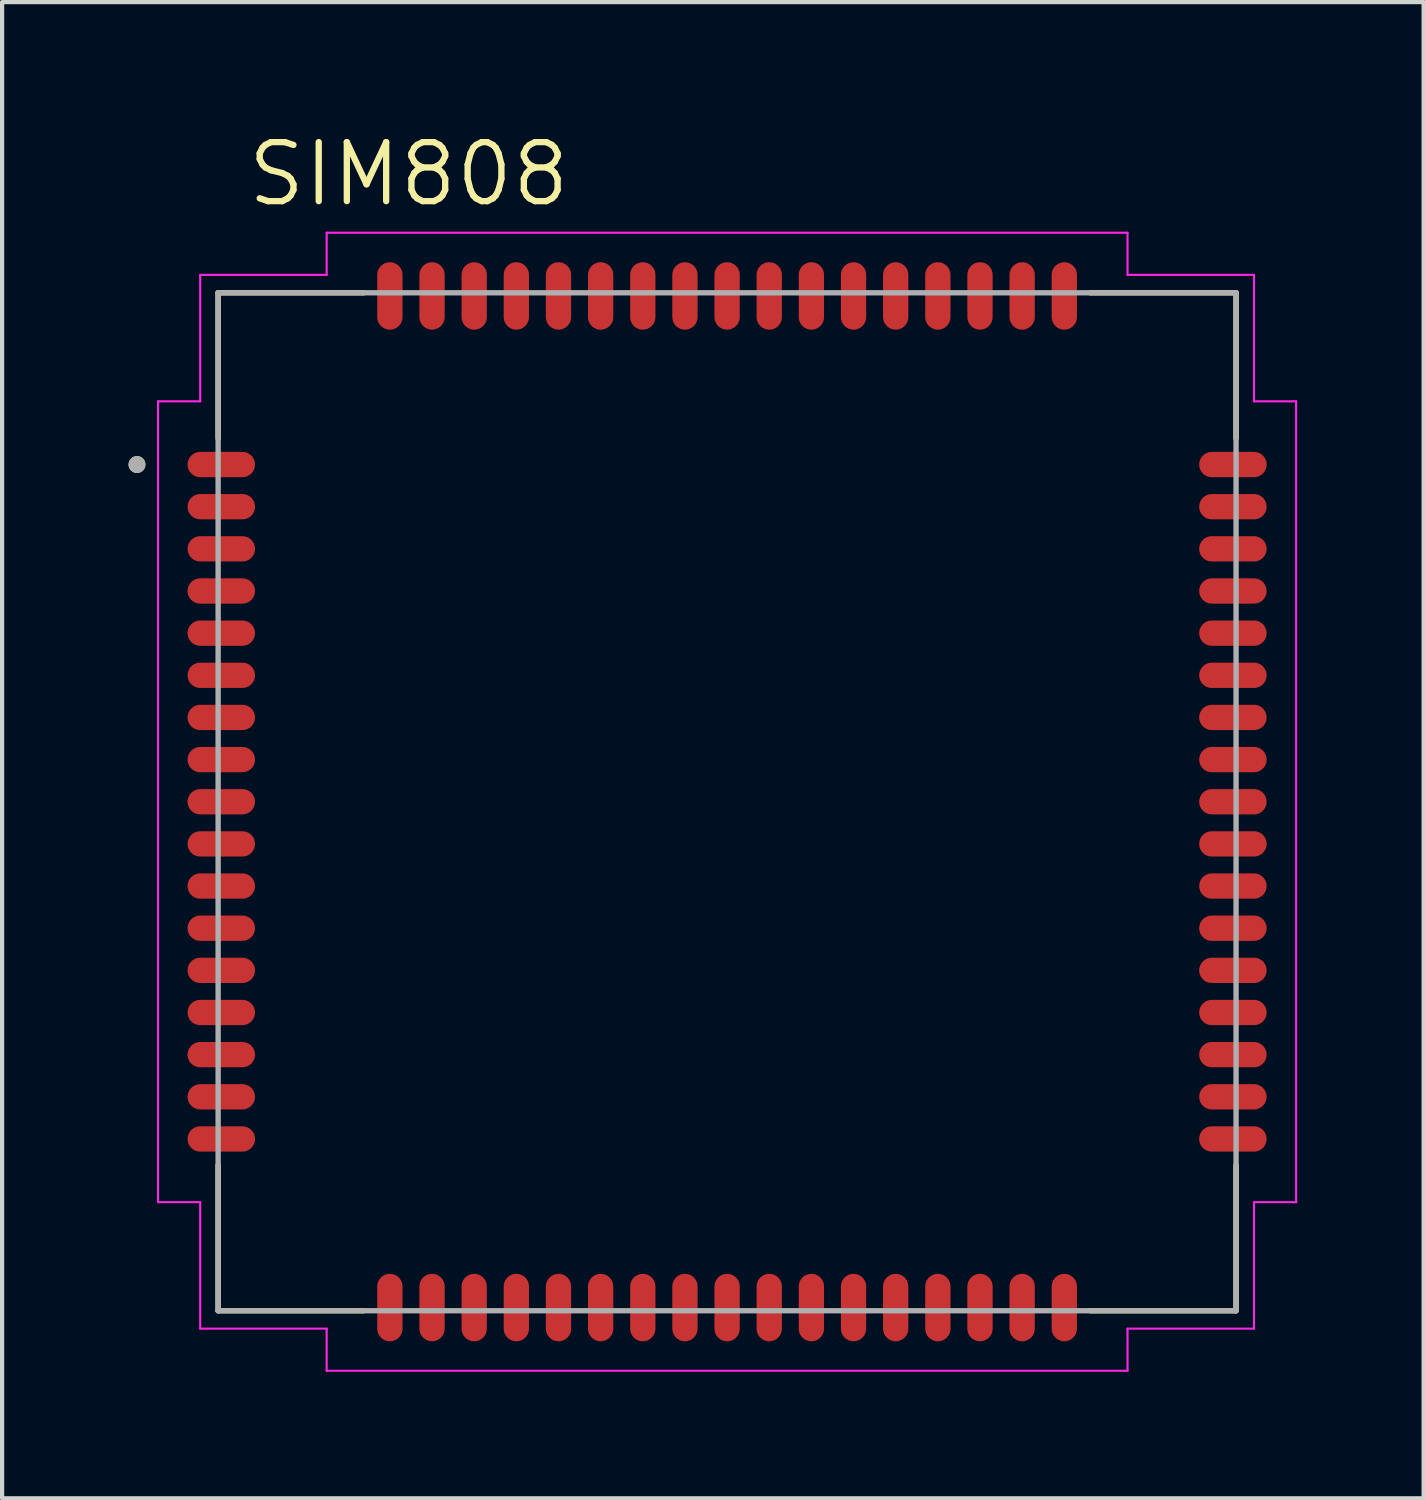
<source format=kicad_pcb>
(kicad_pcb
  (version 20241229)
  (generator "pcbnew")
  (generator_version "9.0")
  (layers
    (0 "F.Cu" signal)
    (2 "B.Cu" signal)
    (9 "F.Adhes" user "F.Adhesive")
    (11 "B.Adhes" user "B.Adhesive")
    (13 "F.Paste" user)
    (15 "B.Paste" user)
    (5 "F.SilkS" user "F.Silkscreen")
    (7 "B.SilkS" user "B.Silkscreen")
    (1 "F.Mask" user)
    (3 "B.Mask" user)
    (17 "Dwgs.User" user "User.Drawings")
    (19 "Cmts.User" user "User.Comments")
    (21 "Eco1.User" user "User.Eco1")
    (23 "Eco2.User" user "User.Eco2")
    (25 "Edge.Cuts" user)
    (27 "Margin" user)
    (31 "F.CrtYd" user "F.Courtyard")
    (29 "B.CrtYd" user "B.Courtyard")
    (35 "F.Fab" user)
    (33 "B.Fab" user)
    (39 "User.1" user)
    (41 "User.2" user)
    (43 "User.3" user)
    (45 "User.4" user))
  (footprint "SIM808"
    (layer "F.Cu")
    (at 14.2 15.971)
    (property "Reference" "SIM808" (at -7.555 -14.889 0) (layer "F.SilkS") (effects (font (size 1.4 1.4) (thickness 0.15))))
    (attr smd)
    (fp_line (start -12.075 -12.075) (end -8.62 -12.075) (stroke (width 0.127) (type solid)) (layer "F.SilkS"))
    (fp_line (start -12.075 -8.62) (end -12.075 -12.075) (stroke (width 0.127) (type solid)) (layer "F.SilkS"))
    (fp_line (start -12.075 12.075) (end -12.075 8.62) (stroke (width 0.127) (type solid)) (layer "F.SilkS"))
    (fp_line (start -8.62 12.075) (end -12.075 12.075) (stroke (width 0.127) (type solid)) (layer "F.SilkS"))
    (fp_line (start 8.62 -12.075) (end 12.075 -12.075) (stroke (width 0.127) (type solid)) (layer "F.SilkS"))
    (fp_line (start 12.075 -12.075) (end 12.075 -8.62) (stroke (width 0.127) (type solid)) (layer "F.SilkS"))
    (fp_line (start 12.075 8.62) (end 12.075 12.075) (stroke (width 0.127) (type solid)) (layer "F.SilkS"))
    (fp_line (start 12.075 12.075) (end 8.62 12.075) (stroke (width 0.127) (type solid)) (layer "F.SilkS"))
    (fp_circle (center -14 -8) (end -13.9 -8) (stroke (width 0.2) (type solid)) (fill no) (layer "F.SilkS"))
    (fp_line (start -13.5 -9.5) (end -12.5 -9.5) (stroke (width 0.05) (type solid)) (layer "F.CrtYd"))
    (fp_line (start -13.5 9.5) (end -13.5 -9.5) (stroke (width 0.05) (type solid)) (layer "F.CrtYd"))
    (fp_line (start -12.5 -12.5) (end -9.5 -12.5) (stroke (width 0.05) (type solid)) (layer "F.CrtYd"))
    (fp_line (start -12.5 -9.5) (end -12.5 -12.5) (stroke (width 0.05) (type solid)) (layer "F.CrtYd"))
    (fp_line (start -12.5 9.5) (end -13.5 9.5) (stroke (width 0.05) (type solid)) (layer "F.CrtYd"))
    (fp_line (start -12.5 12.5) (end -12.5 9.5) (stroke (width 0.05) (type solid)) (layer "F.CrtYd"))
    (fp_line (start -9.5 -13.5) (end 9.5 -13.5) (stroke (width 0.05) (type solid)) (layer "F.CrtYd"))
    (fp_line (start -9.5 -12.5) (end -9.5 -13.5) (stroke (width 0.05) (type solid)) (layer "F.CrtYd"))
    (fp_line (start -9.5 12.5) (end -12.5 12.5) (stroke (width 0.05) (type solid)) (layer "F.CrtYd"))
    (fp_line (start -9.5 13.5) (end -9.5 12.5) (stroke (width 0.05) (type solid)) (layer "F.CrtYd"))
    (fp_line (start 9.5 -13.5) (end 9.5 -12.5) (stroke (width 0.05) (type solid)) (layer "F.CrtYd"))
    (fp_line (start 9.5 -12.5) (end 12.5 -12.5) (stroke (width 0.05) (type solid)) (layer "F.CrtYd"))
    (fp_line (start 9.5 12.5) (end 9.5 13.5) (stroke (width 0.05) (type solid)) (layer "F.CrtYd"))
    (fp_line (start 9.5 13.5) (end -9.5 13.5) (stroke (width 0.05) (type solid)) (layer "F.CrtYd"))
    (fp_line (start 12.5 -12.5) (end 12.5 -9.5) (stroke (width 0.05) (type solid)) (layer "F.CrtYd"))
    (fp_line (start 12.5 -9.5) (end 13.5 -9.5) (stroke (width 0.05) (type solid)) (layer "F.CrtYd"))
    (fp_line (start 12.5 9.5) (end 12.5 12.5) (stroke (width 0.05) (type solid)) (layer "F.CrtYd"))
    (fp_line (start 12.5 12.5) (end 9.5 12.5) (stroke (width 0.05) (type solid)) (layer "F.CrtYd"))
    (fp_line (start 13.5 -9.5) (end 13.5 9.5) (stroke (width 0.05) (type solid)) (layer "F.CrtYd"))
    (fp_line (start 13.5 9.5) (end 12.5 9.5) (stroke (width 0.05) (type solid)) (layer "F.CrtYd"))
    (fp_line (start -12.075 -12.075) (end 12.075 -12.075) (stroke (width 0.127) (type solid)) (layer "F.Fab"))
    (fp_line (start -12.075 12.075) (end -12.075 -12.075) (stroke (width 0.127) (type solid)) (layer "F.Fab"))
    (fp_line (start 12.075 -12.075) (end 12.075 12.075) (stroke (width 0.127) (type solid)) (layer "F.Fab"))
    (fp_line (start 12.075 12.075) (end -12.075 12.075) (stroke (width 0.127) (type solid)) (layer "F.Fab"))
    (fp_circle (center -14 -8) (end -13.9 -8) (stroke (width 0.2) (type solid)) (fill no) (layer "F.Fab"))
    (pad "1" smd oval (at -12 -8) (size 1.6 0.6) (layers "F.Cu" "F.Mask" "F.Paste"))
    (pad "2" smd oval (at -12 -7) (size 1.6 0.6) (layers "F.Cu" "F.Mask" "F.Paste"))
    (pad "3" smd oval (at -12 -6) (size 1.6 0.6) (layers "F.Cu" "F.Mask" "F.Paste"))
    (pad "4" smd oval (at -12 -5) (size 1.6 0.6) (layers "F.Cu" "F.Mask" "F.Paste"))
    (pad "5" smd oval (at -12 -4) (size 1.6 0.6) (layers "F.Cu" "F.Mask" "F.Paste"))
    (pad "6" smd oval (at -12 -3) (size 1.6 0.6) (layers "F.Cu" "F.Mask" "F.Paste"))
    (pad "7" smd oval (at -12 -2) (size 1.6 0.6) (layers "F.Cu" "F.Mask" "F.Paste"))
    (pad "8" smd oval (at -12 -1) (size 1.6 0.6) (layers "F.Cu" "F.Mask" "F.Paste"))
    (pad "9" smd oval (at -12 0) (size 1.6 0.6) (layers "F.Cu" "F.Mask" "F.Paste"))
    (pad "10" smd oval (at -12 1) (size 1.6 0.6) (layers "F.Cu" "F.Mask" "F.Paste"))
    (pad "11" smd oval (at -12 2) (size 1.6 0.6) (layers "F.Cu" "F.Mask" "F.Paste"))
    (pad "12" smd oval (at -12 3) (size 1.6 0.6) (layers "F.Cu" "F.Mask" "F.Paste"))
    (pad "13" smd oval (at -12 4) (size 1.6 0.6) (layers "F.Cu" "F.Mask" "F.Paste"))
    (pad "14" smd oval (at -12 5) (size 1.6 0.6) (layers "F.Cu" "F.Mask" "F.Paste"))
    (pad "15" smd oval (at -12 6) (size 1.6 0.6) (layers "F.Cu" "F.Mask" "F.Paste"))
    (pad "16" smd oval (at -12 7) (size 1.6 0.6) (layers "F.Cu" "F.Mask" "F.Paste"))
    (pad "17" smd oval (at -12 8) (size 1.6 0.6) (layers "F.Cu" "F.Mask" "F.Paste"))
    (pad "18" smd oval (at -8 12 90) (size 1.6 0.6) (layers "F.Cu" "F.Mask" "F.Paste"))
    (pad "19" smd oval (at -7 12 90) (size 1.6 0.6) (layers "F.Cu" "F.Mask" "F.Paste"))
    (pad "20" smd oval (at -6 12 90) (size 1.6 0.6) (layers "F.Cu" "F.Mask" "F.Paste"))
    (pad "21" smd oval (at -5 12 90) (size 1.6 0.6) (layers "F.Cu" "F.Mask" "F.Paste"))
    (pad "22" smd oval (at -4 12 90) (size 1.6 0.6) (layers "F.Cu" "F.Mask" "F.Paste"))
    (pad "23" smd oval (at -3 12 90) (size 1.6 0.6) (layers "F.Cu" "F.Mask" "F.Paste"))
    (pad "24" smd oval (at -2 12 90) (size 1.6 0.6) (layers "F.Cu" "F.Mask" "F.Paste"))
    (pad "25" smd oval (at -1 12 90) (size 1.6 0.6) (layers "F.Cu" "F.Mask" "F.Paste"))
    (pad "26" smd oval (at 0 12 90) (size 1.6 0.6) (layers "F.Cu" "F.Mask" "F.Paste"))
    (pad "27" smd oval (at 1 12 90) (size 1.6 0.6) (layers "F.Cu" "F.Mask" "F.Paste"))
    (pad "28" smd oval (at 2 12 90) (size 1.6 0.6) (layers "F.Cu" "F.Mask" "F.Paste"))
    (pad "29" smd oval (at 3 12 90) (size 1.6 0.6) (layers "F.Cu" "F.Mask" "F.Paste"))
    (pad "30" smd oval (at 4 12 90) (size 1.6 0.6) (layers "F.Cu" "F.Mask" "F.Paste"))
    (pad "31" smd oval (at 5 12 90) (size 1.6 0.6) (layers "F.Cu" "F.Mask" "F.Paste"))
    (pad "32" smd oval (at 6 12 90) (size 1.6 0.6) (layers "F.Cu" "F.Mask" "F.Paste"))
    (pad "33" smd oval (at 7 12 90) (size 1.6 0.6) (layers "F.Cu" "F.Mask" "F.Paste"))
    (pad "34" smd oval (at 8 12 90) (size 1.6 0.6) (layers "F.Cu" "F.Mask" "F.Paste"))
    (pad "35" smd oval (at 12 8 180) (size 1.6 0.6) (layers "F.Cu" "F.Mask" "F.Paste"))
    (pad "36" smd oval (at 12 7 180) (size 1.6 0.6) (layers "F.Cu" "F.Mask" "F.Paste"))
    (pad "37" smd oval (at 12 6 180) (size 1.6 0.6) (layers "F.Cu" "F.Mask" "F.Paste"))
    (pad "38" smd oval (at 12 5 180) (size 1.6 0.6) (layers "F.Cu" "F.Mask" "F.Paste"))
    (pad "39" smd oval (at 12 4 180) (size 1.6 0.6) (layers "F.Cu" "F.Mask" "F.Paste"))
    (pad "40" smd oval (at 12 3 180) (size 1.6 0.6) (layers "F.Cu" "F.Mask" "F.Paste"))
    (pad "41" smd oval (at 12 2 180) (size 1.6 0.6) (layers "F.Cu" "F.Mask" "F.Paste"))
    (pad "42" smd oval (at 12 1 180) (size 1.6 0.6) (layers "F.Cu" "F.Mask" "F.Paste"))
    (pad "43" smd oval (at 12 0 180) (size 1.6 0.6) (layers "F.Cu" "F.Mask" "F.Paste"))
    (pad "44" smd oval (at 12 -1 180) (size 1.6 0.6) (layers "F.Cu" "F.Mask" "F.Paste"))
    (pad "45" smd oval (at 12 -2 180) (size 1.6 0.6) (layers "F.Cu" "F.Mask" "F.Paste"))
    (pad "46" smd oval (at 12 -3 180) (size 1.6 0.6) (layers "F.Cu" "F.Mask" "F.Paste"))
    (pad "47" smd oval (at 12 -4 180) (size 1.6 0.6) (layers "F.Cu" "F.Mask" "F.Paste"))
    (pad "48" smd oval (at 12 -5 180) (size 1.6 0.6) (layers "F.Cu" "F.Mask" "F.Paste"))
    (pad "49" smd oval (at 12 -6 180) (size 1.6 0.6) (layers "F.Cu" "F.Mask" "F.Paste"))
    (pad "50" smd oval (at 12 -7 180) (size 1.6 0.6) (layers "F.Cu" "F.Mask" "F.Paste"))
    (pad "51" smd oval (at 12 -8 180) (size 1.6 0.6) (layers "F.Cu" "F.Mask" "F.Paste"))
    (pad "52" smd oval (at 8 -12 270) (size 1.6 0.6) (layers "F.Cu" "F.Mask" "F.Paste"))
    (pad "53" smd oval (at 7 -12 270) (size 1.6 0.6) (layers "F.Cu" "F.Mask" "F.Paste"))
    (pad "54" smd oval (at 6 -12 270) (size 1.6 0.6) (layers "F.Cu" "F.Mask" "F.Paste"))
    (pad "55" smd oval (at 5 -12 270) (size 1.6 0.6) (layers "F.Cu" "F.Mask" "F.Paste"))
    (pad "56" smd oval (at 4 -12 270) (size 1.6 0.6) (layers "F.Cu" "F.Mask" "F.Paste"))
    (pad "57" smd oval (at 3 -12 270) (size 1.6 0.6) (layers "F.Cu" "F.Mask" "F.Paste"))
    (pad "58" smd oval (at 2 -12 270) (size 1.6 0.6) (layers "F.Cu" "F.Mask" "F.Paste"))
    (pad "59" smd oval (at 1 -12 270) (size 1.6 0.6) (layers "F.Cu" "F.Mask" "F.Paste"))
    (pad "60" smd oval (at 0 -12 270) (size 1.6 0.6) (layers "F.Cu" "F.Mask" "F.Paste"))
    (pad "61" smd oval (at -1 -12 270) (size 1.6 0.6) (layers "F.Cu" "F.Mask" "F.Paste"))
    (pad "62" smd oval (at -2 -12 270) (size 1.6 0.6) (layers "F.Cu" "F.Mask" "F.Paste"))
    (pad "63" smd oval (at -3 -12 270) (size 1.6 0.6) (layers "F.Cu" "F.Mask" "F.Paste"))
    (pad "64" smd oval (at -4 -12 270) (size 1.6 0.6) (layers "F.Cu" "F.Mask" "F.Paste"))
    (pad "65" smd oval (at -5 -12 270) (size 1.6 0.6) (layers "F.Cu" "F.Mask" "F.Paste"))
    (pad "66" smd oval (at -6 -12 270) (size 1.6 0.6) (layers "F.Cu" "F.Mask" "F.Paste"))
    (pad "67" smd oval (at -7 -12 270) (size 1.6 0.6) (layers "F.Cu" "F.Mask" "F.Paste"))
    (pad "68" smd oval (at -8 -12 270) (size 1.6 0.6) (layers "F.Cu" "F.Mask" "F.Paste")))
  (gr_rect
    (start -3 -3)
    (end 30.725 32.496)
    (stroke (width 0.1) (type default))
    (fill no)
    (layer "Edge.Cuts")))
</source>
